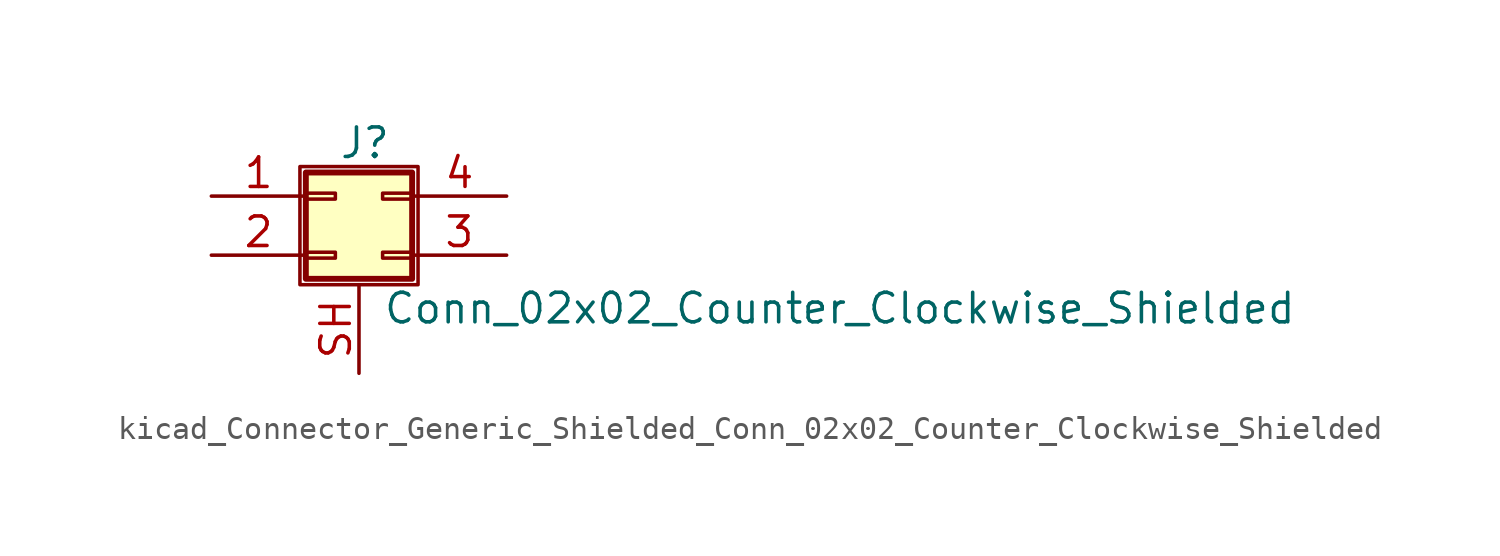
<source format=kicad_sym>
(kicad_symbol_lib
  (version 20220914)
  (generator kicad_symbol_editor)
  (symbol "kicad_Connector_Generic_Shielded_Conn_02x02_Counter_Clockwise_Shielded"
    (pin_names
      (offset 1.016) hide)
    (property "Reference" "J"
      (at 1.524 2.286 0)
      (effects (font (size 1.27 1.27))))
    (property "Value" "Conn_02x02_Counter_Clockwise_Shielded"
      (at 2.286 -4.826 0)
      (effects (font (size 1.27 1.27)) (justify left)))
    (symbol "kicad_Connector_Generic_Shielded_Conn_02x02_Counter_Clockwise_Shielded_1_1"
      (rectangle (start -1.27 1.27) (end 3.81 -3.81) (stroke (width 0.152) (type default)) (fill (type none)))
      (rectangle (start -1.016 -2.413) (end 0.254 -2.667) (stroke (width 0.152) (type default)) (fill (type none)))
      (rectangle (start -1.016 0.127) (end 0.254 -0.127) (stroke (width 0.152) (type default)) (fill (type none)))
      (rectangle (start -1.016 1.016) (end 3.556 -3.556) (stroke (width 0.254) (type default)) (fill (type background)))
      (rectangle (start 3.556 -2.413) (end 2.286 -2.667) (stroke (width 0.152) (type default)) (fill (type none)))
      (rectangle (start 3.556 0.127) (end 2.286 -0.127) (stroke (width 0.152) (type default)) (fill (type none)))
      (pin passive line (at -5.08 0 0) (length 4.064) (name "Pin_1" (effects (font (size 1.27 1.27)))) (number "1" (effects (font (size 1.27 1.27)))))
      (pin passive line (at -5.08 -2.54 0) (length 4.064) (name "Pin_2" (effects (font (size 1.27 1.27)))) (number "2" (effects (font (size 1.27 1.27)))))
      (pin passive line (at 7.62 -2.54 180) (length 4.064) (name "Pin_3" (effects (font (size 1.27 1.27)))) (number "3" (effects (font (size 1.27 1.27)))))
      (pin passive line (at 7.62 0 180) (length 4.064) (name "Pin_4" (effects (font (size 1.27 1.27)))) (number "4" (effects (font (size 1.27 1.27)))))
      (pin passive line (at 1.27 -7.62 90) (length 3.81) (name "Shield" (effects (font (size 1.27 1.27)))) (number "SH" (effects (font (size 1.27 1.27))))))))
</source>
